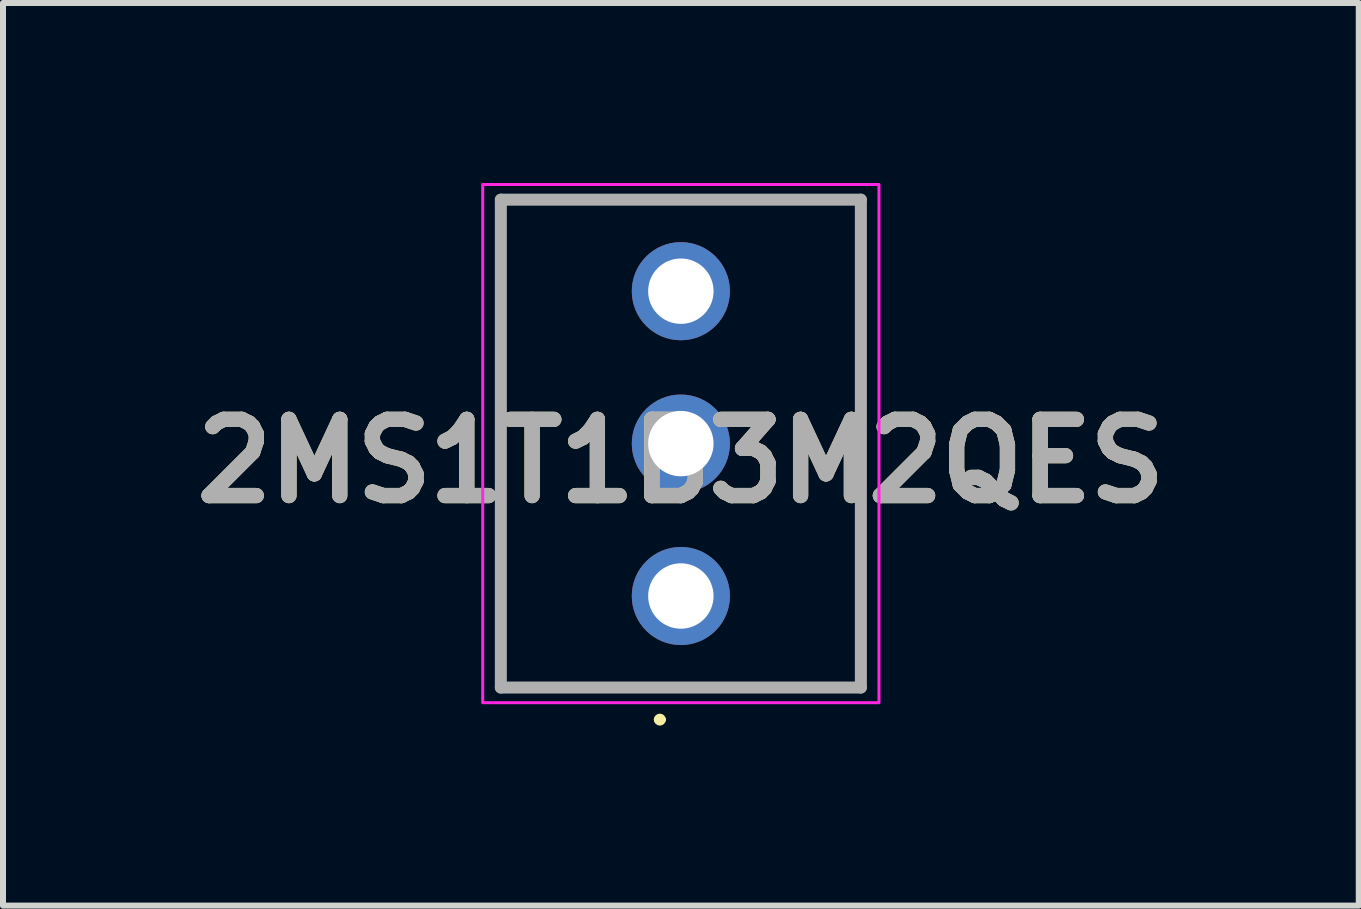
<source format=kicad_pcb>
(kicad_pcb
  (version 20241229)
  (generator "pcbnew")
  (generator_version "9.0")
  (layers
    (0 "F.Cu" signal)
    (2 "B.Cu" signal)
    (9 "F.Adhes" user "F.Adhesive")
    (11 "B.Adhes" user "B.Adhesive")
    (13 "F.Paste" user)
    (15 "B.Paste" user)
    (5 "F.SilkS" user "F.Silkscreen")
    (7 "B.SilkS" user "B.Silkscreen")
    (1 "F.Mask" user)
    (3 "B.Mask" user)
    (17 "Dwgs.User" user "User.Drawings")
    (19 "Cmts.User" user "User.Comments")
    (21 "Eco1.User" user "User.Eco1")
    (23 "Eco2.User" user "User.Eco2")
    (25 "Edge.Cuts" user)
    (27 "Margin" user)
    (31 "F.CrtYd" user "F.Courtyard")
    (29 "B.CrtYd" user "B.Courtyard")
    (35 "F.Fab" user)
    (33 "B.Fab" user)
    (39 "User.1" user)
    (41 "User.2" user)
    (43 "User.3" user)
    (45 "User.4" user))
  (footprint "2MS1T1B3M2QES"
    (layer "F.Cu")
    (at 8.297 4.343)
    (property "Reference" "2MS1T1B3M2QES" (at 0 0.292 0) (layer "F.SilkS") (effects (font (size 1.27 1.27) (thickness 0.254))))
    (attr through_hole)
    (fp_line (start -3 -4.065) (end 3 -4.065) (stroke (width 0.1) (type solid)) (layer "F.SilkS"))
    (fp_line (start -3 4.065) (end -3 -4.065) (stroke (width 0.1) (type solid)) (layer "F.SilkS"))
    (fp_line (start -0.4 4.6) (end -0.4 4.6) (stroke (width 0.1) (type solid)) (layer "F.SilkS"))
    (fp_line (start -0.3 4.6) (end -0.3 4.6) (stroke (width 0.1) (type solid)) (layer "F.SilkS"))
    (fp_line (start 3 -4.065) (end 3 4.065) (stroke (width 0.1) (type solid)) (layer "F.SilkS"))
    (fp_line (start 3 4.065) (end -3 4.065) (stroke (width 0.1) (type solid)) (layer "F.SilkS"))
    (fp_arc (start -0.4 4.6) (mid -0.35 4.55) (end -0.3 4.6) (stroke (width 0.1) (type solid)) (layer "F.SilkS"))
    (fp_arc (start -0.3 4.6) (mid -0.35 4.65) (end -0.4 4.6) (stroke (width 0.1) (type solid)) (layer "F.SilkS"))
    (fp_rect (start -3.302 -4.318) (end 3.302 4.318) (stroke (width 0.05) (type default)) (fill no) (layer "F.CrtYd"))
    (fp_line (start -3 -4.065) (end 3 -4.065) (stroke (width 0.2) (type solid)) (layer "F.Fab"))
    (fp_line (start -3 4.065) (end -3 -4.065) (stroke (width 0.2) (type solid)) (layer "F.Fab"))
    (fp_line (start 3 -4.065) (end 3 4.065) (stroke (width 0.2) (type solid)) (layer "F.Fab"))
    (fp_line (start 3 4.065) (end -3 4.065) (stroke (width 0.2) (type solid)) (layer "F.Fab"))
    (fp_text user "${REFERENCE}" (at 0 0.292 0) (layer "F.Fab") (effects (font (size 1.27 1.27) (thickness 0.254))))
    (pad "1" thru_hole circle (at 0 2.54) (size 1.635 1.635) (drill 1.09) (layers "*.Cu" "*.Mask"))
    (pad "2" thru_hole circle (at 0 0) (size 1.635 1.635) (drill 1.09) (layers "*.Cu" "*.Mask"))
    (pad "3" thru_hole circle (at 0 -2.54) (size 1.635 1.635) (drill 1.09) (layers "*.Cu" "*.Mask")))
  (gr_rect
    (start -3 -3)
    (end 19.595 12.043)
    (stroke (width 0.1) (type default))
    (fill no)
    (layer "Edge.Cuts")))
</source>
